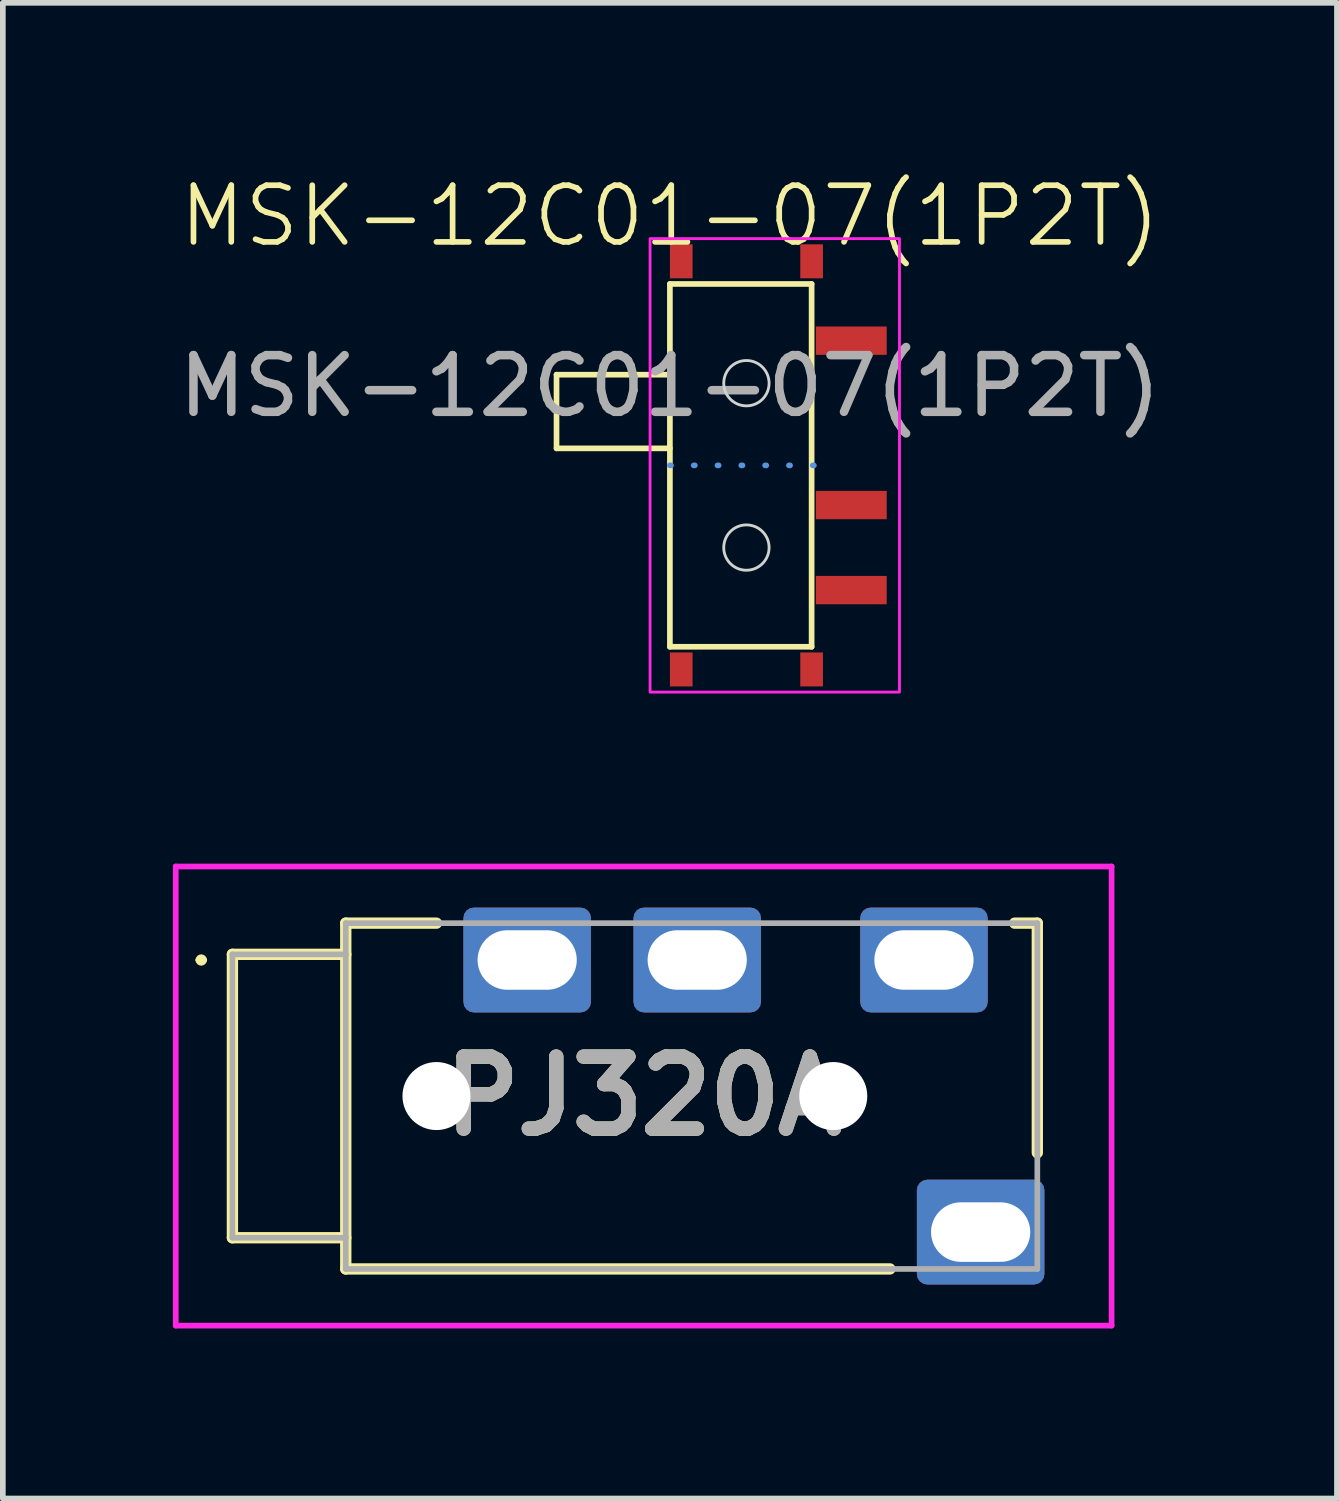
<source format=kicad_pcb>
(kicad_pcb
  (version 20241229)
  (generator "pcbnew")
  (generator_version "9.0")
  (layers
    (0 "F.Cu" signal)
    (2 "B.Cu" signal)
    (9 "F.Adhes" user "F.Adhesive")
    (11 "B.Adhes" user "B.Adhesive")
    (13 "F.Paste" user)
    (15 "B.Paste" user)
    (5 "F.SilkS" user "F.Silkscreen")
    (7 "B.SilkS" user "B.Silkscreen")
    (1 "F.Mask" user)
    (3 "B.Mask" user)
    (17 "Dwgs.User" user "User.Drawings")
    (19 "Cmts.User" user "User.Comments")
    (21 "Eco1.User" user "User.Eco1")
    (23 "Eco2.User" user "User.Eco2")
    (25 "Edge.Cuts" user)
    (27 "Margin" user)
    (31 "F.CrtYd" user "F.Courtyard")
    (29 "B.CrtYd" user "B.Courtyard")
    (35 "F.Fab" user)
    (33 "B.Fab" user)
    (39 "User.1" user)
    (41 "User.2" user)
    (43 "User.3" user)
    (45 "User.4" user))
  (footprint "PJ320A"
    (layer "F.Cu")
    (at 6.25 13.886)
    (property "Reference" "PJ320A" (at 2.055 2.4 0) (layer "F.SilkS") (effects (font (size 1.27 1.27) (thickness 0.254))))
    (attr through_hole)
    (fp_line (start -5.8 0) (end -5.8 0) (stroke (width 0.1) (type solid)) (layer "F.SilkS"))
    (fp_line (start -5.7 0) (end -5.7 0) (stroke (width 0.1) (type solid)) (layer "F.SilkS"))
    (fp_line (start -5.2 -0.1) (end -5.2 4.9) (stroke (width 0.2) (type solid)) (layer "F.SilkS"))
    (fp_line (start -5.2 4.9) (end -3.2 4.9) (stroke (width 0.2) (type solid)) (layer "F.SilkS"))
    (fp_line (start -3.2 -0.65) (end -3.2 5.45) (stroke (width 0.2) (type solid)) (layer "F.SilkS"))
    (fp_line (start -3.2 -0.1) (end -5.2 -0.1) (stroke (width 0.2) (type solid)) (layer "F.SilkS"))
    (fp_line (start -3.2 5.45) (end 6.4 5.45) (stroke (width 0.2) (type solid)) (layer "F.SilkS"))
    (fp_line (start -1.6 -0.65) (end -3.2 -0.65) (stroke (width 0.2) (type solid)) (layer "F.SilkS"))
    (fp_line (start 9 -0.65) (end 8.6 -0.65) (stroke (width 0.2) (type solid)) (layer "F.SilkS"))
    (fp_line (start 9 3.4) (end 9 -0.65) (stroke (width 0.2) (type solid)) (layer "F.SilkS"))
    (fp_arc (start -5.8 0) (mid -5.75 -0.05) (end -5.7 0) (stroke (width 0.1) (type solid)) (layer "F.SilkS"))
    (fp_arc (start -5.7 0) (mid -5.75 0.05) (end -5.8 0) (stroke (width 0.1) (type solid)) (layer "F.SilkS"))
    (fp_line (start -6.2 -1.65) (end 10.31 -1.65) (stroke (width 0.1) (type solid)) (layer "F.CrtYd"))
    (fp_line (start -6.2 6.45) (end -6.2 -1.65) (stroke (width 0.1) (type solid)) (layer "F.CrtYd"))
    (fp_line (start 10.31 -1.65) (end 10.31 6.45) (stroke (width 0.1) (type solid)) (layer "F.CrtYd"))
    (fp_line (start 10.31 6.45) (end -6.2 6.45) (stroke (width 0.1) (type solid)) (layer "F.CrtYd"))
    (fp_line (start -5.2 -0.1) (end -5.2 4.9) (stroke (width 0.1) (type solid)) (layer "F.Fab"))
    (fp_line (start -5.2 4.9) (end -3.2 4.9) (stroke (width 0.1) (type solid)) (layer "F.Fab"))
    (fp_line (start -3.2 -0.65) (end 9 -0.65) (stroke (width 0.1) (type solid)) (layer "F.Fab"))
    (fp_line (start -3.2 -0.1) (end -5.2 -0.1) (stroke (width 0.1) (type solid)) (layer "F.Fab"))
    (fp_line (start -3.2 5.45) (end -3.2 -0.65) (stroke (width 0.1) (type solid)) (layer "F.Fab"))
    (fp_line (start 9 -0.65) (end 9 5.45) (stroke (width 0.1) (type solid)) (layer "F.Fab"))
    (fp_line (start 9 5.45) (end -3.2 5.45) (stroke (width 0.1) (type solid)) (layer "F.Fab"))
    (fp_text user "${REFERENCE}" (at 2.055 2.4 0) (layer "F.Fab") (effects (font (size 1.27 1.27) (thickness 0.254))))
    (pad "" np_thru_hole circle (at -1.6 2.4) (size 1.2 1.2) (drill 1.2) (layers "*.Cu" "*.Mask"))
    (pad "" np_thru_hole circle (at 5.4 2.4) (size 1.2 1.2) (drill 1.2) (layers "*.Cu" "*.Mask"))
    (pad "R1" thru_hole roundrect (at 0 0) (size 2.25 1.85) (drill oval 1.75 1.05) (layers "*.Cu" "*.Mask") (roundrect_rratio 0.1))
    (pad "R2" thru_hole roundrect (at 3 0) (size 2.25 1.85) (drill oval 1.75 1.05) (layers "*.Cu" "*.Mask") (roundrect_rratio 0.1))
    (pad "S" thru_hole roundrect (at 8 4.8) (size 2.25 1.85) (drill oval 1.75 1.05) (layers "*.Cu" "*.Mask") (roundrect_rratio 0.1))
    (pad "T" thru_hole roundrect (at 7 0) (size 2.25 1.85) (drill oval 1.75 1.05) (layers "*.Cu" "*.Mask") (roundrect_rratio 0.1)))
  (footprint "MSK-12C01-07(1P2T)"
    (layer "F.Cu")
    (at 8.768 1.26)
    (property "Reference" "MSK-12C01-07(1P2T)" (at 0 -0.5 0) (unlocked yes) (layer "F.SilkS") (effects (font (size 1 1) (thickness 0.1))))
    (attr smd)
    (fp_poly (pts (xy 0 7.8) (xy 0.4 7.8) (xy 0.4 7.2) (xy 0 7.2)) (stroke (width 0) (type solid)) (fill yes) (layer "F.Cu"))
    (fp_poly (pts (xy 0.4 0.6) (xy 0 0.6) (xy 0 0) (xy 0.4 0)) (stroke (width 0) (type solid)) (fill yes) (layer "F.Cu"))
    (fp_poly (pts (xy 2.7 0.6) (xy 2.3 0.6) (xy 2.3 0) (xy 2.7 0)) (stroke (width 0) (type solid)) (fill yes) (layer "F.Cu"))
    (fp_poly (pts (xy 2.7 7.2) (xy 2.3 7.2) (xy 2.3 7.8) (xy 2.7 7.8)) (stroke (width 0) (type solid)) (fill yes) (layer "F.Cu"))
    (fp_poly (pts (xy 0 0.6) (xy 0.4 0.6) (xy 0.4 0) (xy 0 0)) (stroke (width 0) (type solid)) (fill yes) (layer "F.Mask"))
    (fp_poly (pts (xy 0 7.8) (xy 0.4 7.8) (xy 0.4 7.2) (xy 0 7.2)) (stroke (width 0) (type solid)) (fill yes) (layer "F.Mask"))
    (fp_poly (pts (xy 2.3 0.6) (xy 2.7 0.6) (xy 2.7 0) (xy 2.3 0)) (stroke (width 0) (type solid)) (fill yes) (layer "F.Mask"))
    (fp_poly (pts (xy 2.3 7.8) (xy 2.7 7.8) (xy 2.7 7.2) (xy 2.3 7.2)) (stroke (width 0) (type solid)) (fill yes) (layer "F.Mask"))
    (fp_line (start -2 2.3) (end 0 2.3) (stroke (width 0.1) (type default)) (layer "F.SilkS"))
    (fp_line (start -2 3.6) (end -2 2.3) (stroke (width 0.1) (type default)) (layer "F.SilkS"))
    (fp_line (start 0 0.7) (end 2.5 0.7) (stroke (width 0.1) (type default)) (layer "F.SilkS"))
    (fp_line (start 0 3.6) (end -2 3.6) (stroke (width 0.1) (type default)) (layer "F.SilkS"))
    (fp_line (start 0 7.1) (end 0 0.7) (stroke (width 0.1) (type default)) (layer "F.SilkS"))
    (fp_line (start 2.5 0.7) (end 2.5 7.1) (stroke (width 0.1) (type default)) (layer "F.SilkS"))
    (fp_line (start 2.5 7.1) (end 0 7.1) (stroke (width 0.1) (type default)) (layer "F.SilkS"))
    (fp_line (start 0 3.9) (end 2.7 3.9) (stroke (width 0.1) (type dot)) (layer "Cmts.User"))
    (fp_circle (center 1.35 2.45) (end 1.75 2.45) (stroke (width 0.05) (type default)) (fill no) (layer "Edge.Cuts"))
    (fp_circle (center 1.35 5.35) (end 1.75 5.35) (stroke (width 0.05) (type default)) (fill no) (layer "Edge.Cuts"))
    (fp_poly (pts (xy -0.35 -0.1) (xy 4.05 -0.1) (xy 4.05 7.9) (xy -0.35 7.9)) (stroke (width 0.05) (type solid)) (fill no) (layer "F.CrtYd"))
    (fp_text user "${REFERENCE}" (at 0 2.5 0) (unlocked yes) (layer "F.Fab") (effects (font (size 1 1) (thickness 0.15))))
    (pad "1" smd rect (at 3.2 1.7 180) (size 1.25 0.5) (layers "F.Cu" "F.Mask" "F.Paste"))
    (pad "2" smd rect (at 3.2 4.6 180) (size 1.25 0.5) (layers "F.Cu" "F.Mask" "F.Paste"))
    (pad "3" smd rect (at 3.2 6.1 180) (size 1.25 0.5) (layers "F.Cu" "F.Mask" "F.Paste")))
  (gr_rect
    (start -3 -3)
    (end 20.536 23.386)
    (stroke (width 0.1) (type default))
    (fill no)
    (layer "Edge.Cuts")))
</source>
